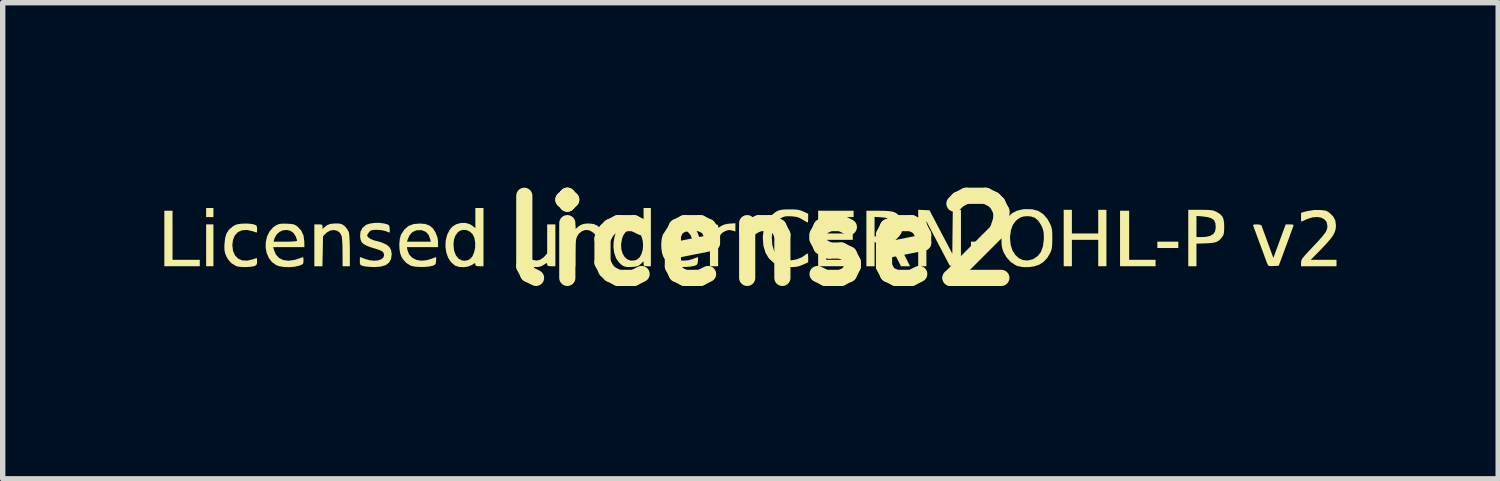
<source format=kicad_pcb>
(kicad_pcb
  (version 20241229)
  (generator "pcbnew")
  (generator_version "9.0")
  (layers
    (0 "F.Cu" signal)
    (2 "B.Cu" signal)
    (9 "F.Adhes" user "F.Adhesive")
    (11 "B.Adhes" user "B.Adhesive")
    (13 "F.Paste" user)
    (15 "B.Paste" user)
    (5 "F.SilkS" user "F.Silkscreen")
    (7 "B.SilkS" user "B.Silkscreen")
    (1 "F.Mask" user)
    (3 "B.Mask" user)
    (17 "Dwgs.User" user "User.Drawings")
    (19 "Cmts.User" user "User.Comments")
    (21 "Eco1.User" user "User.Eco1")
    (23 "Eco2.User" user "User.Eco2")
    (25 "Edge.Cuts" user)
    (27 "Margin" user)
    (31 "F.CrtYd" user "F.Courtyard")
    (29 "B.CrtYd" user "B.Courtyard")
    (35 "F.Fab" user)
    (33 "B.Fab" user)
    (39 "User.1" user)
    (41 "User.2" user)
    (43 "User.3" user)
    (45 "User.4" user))
  (footprint "license2"
    (layer "F.Cu")
    (at 11.071 1.418)
    (property "Reference" "license2" (at 0 0 0) (layer "F.SilkS") (effects (font (size 1.524 1.524) (thickness 0.3))))
    (attr board_only exclude_from_pos_files exclude_from_bom)
    (fp_poly (pts (xy -10.16 -0.439) (xy -10.295 -0.439) (xy -10.295 -0.608) (xy -10.16 -0.608)) (stroke (width 0) (type solid)) (fill yes) (layer "F.SilkS"))
    (fp_poly (pts (xy -10.16 0.473) (xy -10.295 0.473) (xy -10.295 -0.304) (xy -10.16 -0.304)) (stroke (width 0) (type solid)) (fill yes) (layer "F.SilkS"))
    (fp_poly (pts (xy 4.287 0.135) (xy 3.899 0.135) (xy 3.899 0.017) (xy 4.287 0.017)) (stroke (width 0) (type solid)) (fill yes) (layer "F.SilkS"))
    (fp_poly (pts (xy 7.747 0.135) (xy 7.358 0.135) (xy 7.358 0.017) (xy 7.747 0.017)) (stroke (width 0) (type solid)) (fill yes) (layer "F.SilkS"))
    (fp_poly (pts (xy -10.919 0.354) (xy -10.413 0.354) (xy -10.413 0.473) (xy -11.071 0.473) (xy -11.071 -0.557) (xy -10.919 -0.557)) (stroke (width 0) (type solid)) (fill yes) (layer "F.SilkS"))
    (fp_poly (pts (xy 6.835 0.354) (xy 7.325 0.354) (xy 7.325 0.473) (xy 6.666 0.473) (xy 6.666 -0.557) (xy 6.835 -0.557)) (stroke (width 0) (type solid)) (fill yes) (layer "F.SilkS"))
    (fp_poly (pts (xy 1.721 -0.439) (xy 1.215 -0.439) (xy 1.215 -0.135) (xy 1.705 -0.135) (xy 1.705 -0.017) (xy 1.215 -0.017) (xy 1.215 0.354) (xy 1.738 0.354) (xy 1.738 0.473) (xy 1.063 0.473) (xy 1.063 -0.557) (xy 1.721 -0.557)) (stroke (width 0) (type solid)) (fill yes) (layer "F.SilkS"))
    (fp_poly (pts (xy 5.772 -0.135) (xy 6.261 -0.135) (xy 6.261 -0.574) (xy 6.413 -0.574) (xy 6.413 0.473) (xy 6.261 0.473) (xy 6.261 -0.017) (xy 5.772 -0.017) (xy 5.772 0.473) (xy 5.62 0.473) (xy 5.62 -0.574) (xy 5.772 -0.574)) (stroke (width 0) (type solid)) (fill yes) (layer "F.SilkS"))
    (fp_poly (pts (xy 3.025 -0.57) (xy 3.13 -0.565) (xy 3.341 -0.162) (xy 3.553 0.241) (xy 3.557 -0.166) (xy 3.562 -0.574) (xy 3.713 -0.574) (xy 3.713 0.474) (xy 3.609 0.469) (xy 3.506 0.464) (xy 3.289 0.051) (xy 3.072 -0.363) (xy 3.072 0.473) (xy 2.92 0.473) (xy 2.92 -0.575)) (stroke (width 0) (type solid)) (fill yes) (layer "F.SilkS"))
    (fp_poly (pts (xy -0.473 -0.173) (xy -0.537 -0.191) (xy -0.588 -0.199) (xy -0.632 -0.191) (xy -0.668 -0.176) (xy -0.712 -0.15) (xy -0.744 -0.119) (xy -0.767 -0.078) (xy -0.781 -0.021) (xy -0.79 0.057) (xy -0.793 0.162) (xy -0.793 0.224) (xy -0.793 0.473) (xy -0.945 0.473) (xy -0.945 -0.304) (xy -0.869 -0.304) (xy -0.822 -0.302) (xy -0.799 -0.293) (xy -0.793 -0.273) (xy -0.793 -0.269) (xy -0.792 -0.247) (xy -0.782 -0.245) (xy -0.756 -0.261) (xy -0.739 -0.273) (xy -0.684 -0.3) (xy -0.61 -0.315) (xy -0.579 -0.318) (xy -0.473 -0.325)) (stroke (width 0) (type solid)) (fill yes) (layer "F.SilkS"))
    (fp_poly (pts (xy -3.101 -0.31) (xy -3.029 -0.277) (xy -2.976 -0.22) (xy -2.961 -0.192) (xy -2.948 -0.163) (xy -2.939 -0.128) (xy -2.933 -0.082) (xy -2.928 -0.019) (xy -2.925 0.066) (xy -2.923 0.173) (xy -2.917 0.473) (xy -3.069 0.473) (xy -3.075 0.176) (xy -3.08 -0.121) (xy -3.127 -0.162) (xy -3.189 -0.195) (xy -3.257 -0.2) (xy -3.322 -0.177) (xy -3.378 -0.131) (xy -3.409 -0.081) (xy -3.423 -0.046) (xy -3.432 -0.006) (xy -3.438 0.046) (xy -3.441 0.115) (xy -3.442 0.211) (xy -3.443 0.232) (xy -3.443 0.473) (xy -3.578 0.473) (xy -3.578 -0.304) (xy -3.51 -0.304) (xy -3.467 -0.302) (xy -3.448 -0.291) (xy -3.443 -0.265) (xy -3.443 -0.259) (xy -3.443 -0.214) (xy -3.405 -0.248) (xy -3.351 -0.289) (xy -3.294 -0.312) (xy -3.221 -0.32) (xy -3.195 -0.321)) (stroke (width 0) (type solid)) (fill yes) (layer "F.SilkS"))
    (fp_poly (pts (xy -7.82 -0.318) (xy -7.778 -0.308) (xy -7.742 -0.285) (xy -7.722 -0.269) (xy -7.68 -0.22) (xy -7.65 -0.167) (xy -7.646 -0.155) (xy -7.64 -0.117) (xy -7.635 -0.053) (xy -7.631 0.031) (xy -7.629 0.126) (xy -7.629 0.19) (xy -7.628 0.473) (xy -7.763 0.473) (xy -7.764 0.224) (xy -7.765 0.13) (xy -7.768 0.042) (xy -7.773 -0.03) (xy -7.779 -0.079) (xy -7.781 -0.089) (xy -7.813 -0.148) (xy -7.863 -0.185) (xy -7.926 -0.199) (xy -7.992 -0.189) (xy -8.056 -0.153) (xy -8.077 -0.134) (xy -8.126 -0.082) (xy -8.137 0.473) (xy -8.287 0.473) (xy -8.287 -0.304) (xy -8.211 -0.304) (xy -8.164 -0.302) (xy -8.142 -0.293) (xy -8.135 -0.273) (xy -8.135 -0.261) (xy -8.135 -0.218) (xy -8.097 -0.254) (xy -8.049 -0.29) (xy -7.994 -0.311) (xy -7.921 -0.32) (xy -7.881 -0.321)) (stroke (width 0) (type solid)) (fill yes) (layer "F.SilkS"))
    (fp_poly (pts (xy -4.335 -0.021) (xy -4.332 0.095) (xy -4.327 0.182) (xy -4.319 0.246) (xy -4.307 0.29) (xy -4.289 0.32) (xy -4.264 0.34) (xy -4.233 0.356) (xy -4.161 0.368) (xy -4.09 0.35) (xy -4.025 0.302) (xy -4.018 0.294) (xy -3.966 0.235) (xy -3.966 -0.304) (xy -3.814 -0.304) (xy -3.814 0.473) (xy -3.89 0.473) (xy -3.938 0.47) (xy -3.96 0.461) (xy -3.966 0.441) (xy -3.966 0.438) (xy -3.968 0.418) (xy -3.978 0.415) (xy -4.005 0.43) (xy -4.029 0.447) (xy -4.076 0.473) (xy -4.125 0.486) (xy -4.192 0.488) (xy -4.194 0.488) (xy -4.254 0.486) (xy -4.305 0.479) (xy -4.329 0.473) (xy -4.386 0.432) (xy -4.434 0.36) (xy -4.446 0.333) (xy -4.457 0.3) (xy -4.464 0.253) (xy -4.469 0.187) (xy -4.472 0.098) (xy -4.472 -0.016) (xy -4.472 -0.304) (xy -4.34 -0.304)) (stroke (width 0) (type solid)) (fill yes) (layer "F.SilkS"))
    (fp_poly (pts (xy 8.251 -0.573) (xy 8.319 -0.571) (xy 8.368 -0.566) (xy 8.406 -0.557) (xy 8.44 -0.543) (xy 8.455 -0.536) (xy 8.52 -0.497) (xy 8.562 -0.454) (xy 8.587 -0.398) (xy 8.597 -0.323) (xy 8.599 -0.262) (xy 8.597 -0.186) (xy 8.592 -0.135) (xy 8.58 -0.099) (xy 8.564 -0.074) (xy 8.523 -0.025) (xy 8.483 0.008) (xy 8.434 0.029) (xy 8.369 0.041) (xy 8.28 0.047) (xy 8.26 0.048) (xy 8.084 0.054) (xy 8.084 0.473) (xy 7.932 0.473) (xy 7.932 -0.461) (xy 8.084 -0.461) (xy 8.084 -0.068) (xy 8.187 -0.068) (xy 8.262 -0.073) (xy 8.327 -0.087) (xy 8.348 -0.095) (xy 8.401 -0.129) (xy 8.43 -0.175) (xy 8.441 -0.242) (xy 8.441 -0.261) (xy 8.434 -0.331) (xy 8.41 -0.381) (xy 8.364 -0.416) (xy 8.294 -0.438) (xy 8.199 -0.451) (xy 8.084 -0.461) (xy 7.932 -0.461) (xy 7.932 -0.574) (xy 8.156 -0.574)) (stroke (width 0) (type solid)) (fill yes) (layer "F.SilkS"))
    (fp_poly (pts (xy 9.863 -0.302) (xy 9.883 -0.294) (xy 9.884 -0.277) (xy 9.883 -0.274) (xy 9.874 -0.25) (xy 9.856 -0.2) (xy 9.829 -0.127) (xy 9.797 -0.038) (xy 9.76 0.062) (xy 9.742 0.11) (xy 9.611 0.464) (xy 9.514 0.469) (xy 9.459 0.471) (xy 9.428 0.467) (xy 9.411 0.452) (xy 9.399 0.427) (xy 9.387 0.397) (xy 9.366 0.341) (xy 9.338 0.264) (xy 9.305 0.174) (xy 9.268 0.075) (xy 9.265 0.068) (xy 9.229 -0.03) (xy 9.196 -0.119) (xy 9.169 -0.192) (xy 9.149 -0.246) (xy 9.139 -0.273) (xy 9.138 -0.274) (xy 9.136 -0.292) (xy 9.151 -0.301) (xy 9.191 -0.304) (xy 9.205 -0.304) (xy 9.258 -0.299) (xy 9.288 -0.287) (xy 9.291 -0.283) (xy 9.299 -0.261) (xy 9.317 -0.212) (xy 9.342 -0.143) (xy 9.373 -0.059) (xy 9.405 0.029) (xy 9.511 0.319) (xy 9.593 0.096) (xy 9.626 0.006) (xy 9.658 -0.08) (xy 9.685 -0.155) (xy 9.705 -0.209) (xy 9.708 -0.215) (xy 9.74 -0.304) (xy 9.816 -0.304)) (stroke (width 0) (type solid)) (fill yes) (layer "F.SilkS"))
    (fp_poly (pts (xy 10.437 -0.566) (xy 10.485 -0.557) (xy 10.522 -0.54) (xy 10.56 -0.513) (xy 10.625 -0.447) (xy 10.661 -0.375) (xy 10.673 -0.285) (xy 10.673 -0.278) (xy 10.668 -0.22) (xy 10.652 -0.164) (xy 10.623 -0.105) (xy 10.576 -0.039) (xy 10.51 0.038) (xy 10.422 0.132) (xy 10.4 0.156) (xy 10.205 0.354) (xy 10.683 0.354) (xy 10.683 0.473) (xy 10.025 0.473) (xy 10.025 0.408) (xy 10.027 0.383) (xy 10.033 0.359) (xy 10.048 0.332) (xy 10.075 0.297) (xy 10.116 0.25) (xy 10.175 0.186) (xy 10.243 0.114) (xy 10.332 0.02) (xy 10.399 -0.055) (xy 10.448 -0.114) (xy 10.482 -0.162) (xy 10.502 -0.202) (xy 10.512 -0.24) (xy 10.514 -0.277) (xy 10.5 -0.345) (xy 10.461 -0.396) (xy 10.401 -0.428) (xy 10.324 -0.441) (xy 10.234 -0.433) (xy 10.136 -0.402) (xy 10.107 -0.389) (xy 10.064 -0.368) (xy 10.035 -0.356) (xy 10.03 -0.354) (xy 10.027 -0.37) (xy 10.025 -0.408) (xy 10.025 -0.437) (xy 10.025 -0.519) (xy 10.133 -0.549) (xy 10.271 -0.571) (xy 10.368 -0.571)) (stroke (width 0) (type solid)) (fill yes) (layer "F.SilkS"))
    (fp_poly (pts (xy 2.301 -0.555) (xy 2.387 -0.549) (xy 2.452 -0.538) (xy 2.5 -0.519) (xy 2.537 -0.492) (xy 2.562 -0.464) (xy 2.605 -0.386) (xy 2.626 -0.292) (xy 2.624 -0.204) (xy 2.606 -0.14) (xy 2.568 -0.085) (xy 2.549 -0.065) (xy 2.486 -0.001) (xy 2.526 0.036) (xy 2.549 0.065) (xy 2.582 0.118) (xy 2.621 0.186) (xy 2.663 0.264) (xy 2.668 0.273) (xy 2.769 0.473) (xy 2.6 0.473) (xy 2.506 0.288) (xy 2.466 0.214) (xy 2.428 0.15) (xy 2.395 0.102) (xy 2.372 0.078) (xy 2.334 0.063) (xy 2.277 0.049) (xy 2.221 0.04) (xy 2.11 0.029) (xy 2.11 0.473) (xy 1.958 0.473) (xy 1.958 -0.443) (xy 2.11 -0.443) (xy 2.11 -0.08) (xy 2.232 -0.088) (xy 2.298 -0.095) (xy 2.355 -0.106) (xy 2.391 -0.118) (xy 2.391 -0.119) (xy 2.428 -0.153) (xy 2.446 -0.181) (xy 2.463 -0.252) (xy 2.454 -0.322) (xy 2.42 -0.38) (xy 2.391 -0.405) (xy 2.356 -0.417) (xy 2.3 -0.428) (xy 2.234 -0.435) (xy 2.232 -0.435) (xy 2.11 -0.443) (xy 1.958 -0.443) (xy 1.958 -0.557) (xy 2.186 -0.557)) (stroke (width 0) (type solid)) (fill yes) (layer "F.SilkS"))
    (fp_poly (pts (xy -9.466 -0.314) (xy -9.416 -0.305) (xy -9.415 -0.305) (xy -9.373 -0.29) (xy -9.355 -0.27) (xy -9.35 -0.232) (xy -9.35 -0.219) (xy -9.351 -0.177) (xy -9.355 -0.153) (xy -9.356 -0.152) (xy -9.374 -0.157) (xy -9.413 -0.17) (xy -9.434 -0.177) (xy -9.539 -0.201) (xy -9.631 -0.194) (xy -9.706 -0.16) (xy -9.763 -0.099) (xy -9.798 -0.014) (xy -9.809 0.084) (xy -9.796 0.19) (xy -9.759 0.273) (xy -9.701 0.332) (xy -9.624 0.365) (xy -9.532 0.369) (xy -9.434 0.346) (xy -9.39 0.331) (xy -9.361 0.322) (xy -9.356 0.321) (xy -9.352 0.336) (xy -9.35 0.373) (xy -9.35 0.387) (xy -9.353 0.431) (xy -9.369 0.455) (xy -9.403 0.471) (xy -9.453 0.481) (xy -9.522 0.487) (xy -9.599 0.488) (xy -9.67 0.484) (xy -9.724 0.475) (xy -9.736 0.471) (xy -9.825 0.419) (xy -9.893 0.341) (xy -9.919 0.292) (xy -9.941 0.239) (xy -9.953 0.191) (xy -9.957 0.135) (xy -9.955 0.062) (xy -9.943 -0.049) (xy -9.917 -0.136) (xy -9.872 -0.204) (xy -9.807 -0.261) (xy -9.763 -0.289) (xy -9.72 -0.305) (xy -9.665 -0.314) (xy -9.608 -0.318) (xy -9.535 -0.319)) (stroke (width 0) (type solid)) (fill yes) (layer "F.SilkS"))
    (fp_poly (pts (xy -5.148 0.473) (xy -5.223 0.473) (xy -5.271 0.47) (xy -5.293 0.461) (xy -5.299 0.441) (xy -5.299 0.439) (xy -5.301 0.42) (xy -5.313 0.418) (xy -5.34 0.434) (xy -5.361 0.448) (xy -5.43 0.478) (xy -5.514 0.491) (xy -5.599 0.486) (xy -5.672 0.463) (xy -5.681 0.458) (xy -5.753 0.395) (xy -5.806 0.311) (xy -5.84 0.211) (xy -5.854 0.104) (xy -5.853 0.081) (xy -5.704 0.081) (xy -5.693 0.185) (xy -5.662 0.268) (xy -5.614 0.33) (xy -5.551 0.364) (xy -5.502 0.371) (xy -5.449 0.363) (xy -5.404 0.344) (xy -5.403 0.344) (xy -5.355 0.292) (xy -5.322 0.217) (xy -5.303 0.127) (xy -5.302 0.031) (xy -5.317 -0.054) (xy -5.35 -0.121) (xy -5.401 -0.17) (xy -5.464 -0.198) (xy -5.53 -0.203) (xy -5.592 -0.182) (xy -5.624 -0.156) (xy -5.669 -0.096) (xy -5.695 -0.027) (xy -5.704 0.061) (xy -5.704 0.081) (xy -5.853 0.081) (xy -5.849 -0.006) (xy -5.823 -0.11) (xy -5.775 -0.203) (xy -5.726 -0.261) (xy -5.654 -0.307) (xy -5.569 -0.33) (xy -5.48 -0.33) (xy -5.398 -0.306) (xy -5.35 -0.276) (xy -5.299 -0.233) (xy -5.299 -0.608) (xy -5.148 -0.608)) (stroke (width 0) (type solid)) (fill yes) (layer "F.SilkS"))
    (fp_poly (pts (xy -6.334 -0.32) (xy -6.231 -0.312) (xy -6.151 -0.283) (xy -6.089 -0.232) (xy -6.039 -0.155) (xy -6.038 -0.153) (xy -6.003 -0.066) (xy -5.991 0.018) (xy -5.991 0.028) (xy -5.991 0.118) (xy -6.569 0.118) (xy -6.559 0.173) (xy -6.528 0.254) (xy -6.472 0.314) (xy -6.397 0.354) (xy -6.307 0.37) (xy -6.205 0.362) (xy -6.122 0.338) (xy -6.073 0.319) (xy -6.039 0.307) (xy -6.028 0.304) (xy -6.026 0.319) (xy -6.027 0.356) (xy -6.028 0.375) (xy -6.034 0.421) (xy -6.05 0.446) (xy -6.085 0.462) (xy -6.101 0.467) (xy -6.168 0.48) (xy -6.251 0.486) (xy -6.339 0.486) (xy -6.42 0.48) (xy -6.483 0.468) (xy -6.498 0.463) (xy -6.581 0.412) (xy -6.647 0.337) (xy -6.672 0.295) (xy -6.695 0.229) (xy -6.708 0.144) (xy -6.71 0.051) (xy -6.706 0.017) (xy -6.567 0.017) (xy -6.126 0.017) (xy -6.137 -0.03) (xy -6.168 -0.111) (xy -6.218 -0.165) (xy -6.288 -0.194) (xy -6.308 -0.197) (xy -6.394 -0.194) (xy -6.466 -0.161) (xy -6.521 -0.099) (xy -6.556 -0.021) (xy -6.567 0.017) (xy -6.706 0.017) (xy -6.701 -0.036) (xy -6.682 -0.107) (xy -6.676 -0.118) (xy -6.615 -0.21) (xy -6.541 -0.273) (xy -6.449 -0.309) (xy -6.335 -0.32)) (stroke (width 0) (type solid)) (fill yes) (layer "F.SilkS"))
    (fp_poly (pts (xy -1.473 -0.32) (xy -1.37 -0.312) (xy -1.291 -0.283) (xy -1.229 -0.232) (xy -1.178 -0.155) (xy -1.177 -0.153) (xy -1.143 -0.066) (xy -1.131 0.018) (xy -1.131 0.028) (xy -1.131 0.118) (xy -1.709 0.118) (xy -1.698 0.173) (xy -1.667 0.254) (xy -1.612 0.314) (xy -1.537 0.354) (xy -1.446 0.37) (xy -1.344 0.362) (xy -1.262 0.338) (xy -1.213 0.319) (xy -1.178 0.307) (xy -1.168 0.304) (xy -1.166 0.319) (xy -1.167 0.356) (xy -1.168 0.375) (xy -1.174 0.421) (xy -1.189 0.446) (xy -1.224 0.462) (xy -1.24 0.467) (xy -1.307 0.48) (xy -1.39 0.486) (xy -1.478 0.486) (xy -1.56 0.48) (xy -1.623 0.468) (xy -1.637 0.463) (xy -1.721 0.412) (xy -1.787 0.337) (xy -1.812 0.295) (xy -1.834 0.229) (xy -1.847 0.144) (xy -1.849 0.051) (xy -1.846 0.017) (xy -1.707 0.017) (xy -1.265 0.017) (xy -1.276 -0.03) (xy -1.308 -0.111) (xy -1.357 -0.165) (xy -1.427 -0.194) (xy -1.448 -0.197) (xy -1.533 -0.194) (xy -1.605 -0.161) (xy -1.661 -0.099) (xy -1.695 -0.021) (xy -1.707 0.017) (xy -1.846 0.017) (xy -1.84 -0.036) (xy -1.821 -0.107) (xy -1.816 -0.118) (xy -1.754 -0.21) (xy -1.68 -0.273) (xy -1.588 -0.309) (xy -1.475 -0.32)) (stroke (width 0) (type solid)) (fill yes) (layer "F.SilkS"))
    (fp_poly (pts (xy -2.042 0.473) (xy -2.11 0.473) (xy -2.153 0.47) (xy -2.172 0.46) (xy -2.177 0.434) (xy -2.177 0.427) (xy -2.177 0.382) (xy -2.229 0.431) (xy -2.26 0.458) (xy -2.293 0.473) (xy -2.338 0.482) (xy -2.402 0.486) (xy -2.469 0.488) (xy -2.514 0.483) (xy -2.55 0.47) (xy -2.585 0.449) (xy -2.633 0.403) (xy -2.678 0.34) (xy -2.69 0.318) (xy -2.722 0.227) (xy -2.736 0.123) (xy -2.734 0.063) (xy -2.594 0.063) (xy -2.59 0.156) (xy -2.567 0.237) (xy -2.527 0.303) (xy -2.474 0.348) (xy -2.409 0.37) (xy -2.336 0.363) (xy -2.303 0.351) (xy -2.252 0.311) (xy -2.216 0.247) (xy -2.193 0.168) (xy -2.186 0.08) (xy -2.194 -0.007) (xy -2.219 -0.087) (xy -2.261 -0.151) (xy -2.3 -0.186) (xy -2.342 -0.2) (xy -2.384 -0.203) (xy -2.458 -0.192) (xy -2.514 -0.158) (xy -2.555 -0.096) (xy -2.576 -0.039) (xy -2.594 0.063) (xy -2.734 0.063) (xy -2.732 0.015) (xy -2.713 -0.088) (xy -2.679 -0.179) (xy -2.631 -0.248) (xy -2.622 -0.257) (xy -2.574 -0.289) (xy -2.512 -0.317) (xy -2.452 -0.335) (xy -2.427 -0.337) (xy -2.355 -0.328) (xy -2.283 -0.303) (xy -2.226 -0.269) (xy -2.217 -0.261) (xy -2.177 -0.221) (xy -2.177 -0.608) (xy -2.042 -0.608)) (stroke (width 0) (type solid)) (fill yes) (layer "F.SilkS"))
    (fp_poly (pts (xy -8.8 -0.317) (xy -8.728 -0.313) (xy -8.679 -0.306) (xy -8.642 -0.292) (xy -8.606 -0.268) (xy -8.6 -0.264) (xy -8.531 -0.19) (xy -8.488 -0.097) (xy -8.473 0.015) (xy -8.473 0.021) (xy -8.472 0.118) (xy -9.05 0.118) (xy -9.038 0.165) (xy -9.002 0.254) (xy -8.943 0.319) (xy -8.865 0.358) (xy -8.77 0.371) (xy -8.66 0.357) (xy -8.595 0.338) (xy -8.543 0.32) (xy -8.507 0.307) (xy -8.494 0.304) (xy -8.491 0.319) (xy -8.489 0.356) (xy -8.489 0.37) (xy -8.491 0.41) (xy -8.503 0.433) (xy -8.533 0.45) (xy -8.568 0.463) (xy -8.654 0.482) (xy -8.752 0.49) (xy -8.852 0.487) (xy -8.94 0.472) (xy -8.993 0.453) (xy -9.074 0.396) (xy -9.133 0.318) (xy -9.173 0.225) (xy -9.191 0.124) (xy -9.188 0.02) (xy -9.187 0.017) (xy -9.044 0.017) (xy -8.826 0.017) (xy -8.735 0.016) (xy -8.665 0.012) (xy -8.621 0.007) (xy -8.607 0.000341) (xy -8.613 -0.025) (xy -8.628 -0.067) (xy -8.634 -0.082) (xy -8.674 -0.145) (xy -8.731 -0.184) (xy -8.797 -0.2) (xy -8.867 -0.194) (xy -8.932 -0.166) (xy -8.987 -0.117) (xy -9.025 -0.048) (xy -9.028 -0.038) (xy -9.044 0.017) (xy -9.187 0.017) (xy -9.164 -0.081) (xy -9.119 -0.172) (xy -9.053 -0.248) (xy -9.003 -0.283) (xy -8.963 -0.303) (xy -8.923 -0.314) (xy -8.871 -0.318)) (stroke (width 0) (type solid)) (fill yes) (layer "F.SilkS"))
    (fp_poly (pts (xy 0.617 -0.581) (xy 0.679 -0.576) (xy 0.727 -0.566) (xy 0.773 -0.549) (xy 0.79 -0.541) (xy 0.878 -0.501) (xy 0.878 -0.419) (xy 0.876 -0.372) (xy 0.873 -0.342) (xy 0.87 -0.338) (xy 0.853 -0.346) (xy 0.816 -0.367) (xy 0.775 -0.392) (xy 0.719 -0.423) (xy 0.668 -0.441) (xy 0.606 -0.45) (xy 0.563 -0.453) (xy 0.494 -0.455) (xy 0.446 -0.451) (xy 0.406 -0.437) (xy 0.365 -0.416) (xy 0.292 -0.358) (xy 0.242 -0.28) (xy 0.212 -0.18) (xy 0.203 -0.056) (xy 0.203 -0.052) (xy 0.213 0.079) (xy 0.243 0.183) (xy 0.294 0.263) (xy 0.368 0.32) (xy 0.459 0.355) (xy 0.557 0.364) (xy 0.661 0.347) (xy 0.758 0.308) (xy 0.792 0.286) (xy 0.833 0.257) (xy 0.862 0.239) (xy 0.869 0.236) (xy 0.874 0.251) (xy 0.877 0.29) (xy 0.878 0.318) (xy 0.878 0.4) (xy 0.778 0.445) (xy 0.719 0.469) (xy 0.664 0.482) (xy 0.6 0.488) (xy 0.538 0.488) (xy 0.465 0.485) (xy 0.399 0.478) (xy 0.353 0.469) (xy 0.346 0.467) (xy 0.234 0.407) (xy 0.146 0.324) (xy 0.084 0.219) (xy 0.047 0.093) (xy 0.036 -0.053) (xy 0.037 -0.091) (xy 0.058 -0.235) (xy 0.105 -0.357) (xy 0.176 -0.456) (xy 0.273 -0.533) (xy 0.295 -0.546) (xy 0.334 -0.563) (xy 0.376 -0.574) (xy 0.431 -0.58) (xy 0.507 -0.582) (xy 0.533 -0.582)) (stroke (width 0) (type solid)) (fill yes) (layer "F.SilkS"))
    (fp_poly (pts (xy 5.036 -0.584) (xy 5.146 -0.554) (xy 5.238 -0.496) (xy 5.314 -0.411) (xy 5.354 -0.34) (xy 5.379 -0.289) (xy 5.394 -0.246) (xy 5.403 -0.203) (xy 5.408 -0.149) (xy 5.409 -0.074) (xy 5.409 -0.042) (xy 5.407 0.048) (xy 5.403 0.114) (xy 5.394 0.164) (xy 5.379 0.206) (xy 5.373 0.219) (xy 5.314 0.321) (xy 5.239 0.398) (xy 5.161 0.446) (xy 5.074 0.475) (xy 4.972 0.49) (xy 4.867 0.489) (xy 4.773 0.472) (xy 4.734 0.458) (xy 4.64 0.397) (xy 4.56 0.309) (xy 4.508 0.22) (xy 4.487 0.167) (xy 4.474 0.117) (xy 4.467 0.057) (xy 4.465 -0.023) (xy 4.465 -0.034) (xy 4.465 -0.042) (xy 4.624 -0.042) (xy 4.636 0.077) (xy 4.669 0.179) (xy 4.721 0.262) (xy 4.787 0.323) (xy 4.865 0.359) (xy 4.952 0.367) (xy 5.045 0.344) (xy 5.057 0.339) (xy 5.138 0.285) (xy 5.198 0.207) (xy 5.235 0.103) (xy 5.251 -0.025) (xy 5.252 -0.062) (xy 5.249 -0.139) (xy 5.239 -0.198) (xy 5.218 -0.255) (xy 5.204 -0.285) (xy 5.151 -0.369) (xy 5.09 -0.423) (xy 5.015 -0.45) (xy 4.95 -0.456) (xy 4.876 -0.451) (xy 4.819 -0.433) (xy 4.764 -0.397) (xy 4.729 -0.366) (xy 4.676 -0.294) (xy 4.641 -0.197) (xy 4.625 -0.079) (xy 4.624 -0.042) (xy 4.465 -0.042) (xy 4.471 -0.164) (xy 4.491 -0.269) (xy 4.529 -0.359) (xy 4.585 -0.437) (xy 4.662 -0.51) (xy 4.751 -0.557) (xy 4.858 -0.583) (xy 4.905 -0.587)) (stroke (width 0) (type solid)) (fill yes) (layer "F.SilkS"))
    (fp_poly (pts (xy -6.99 -0.32) (xy -6.979 -0.317) (xy -6.929 -0.303) (xy -6.904 -0.288) (xy -6.893 -0.262) (xy -6.889 -0.224) (xy -6.887 -0.18) (xy -6.889 -0.154) (xy -6.891 -0.152) (xy -6.91 -0.158) (xy -6.948 -0.172) (xy -6.959 -0.177) (xy -7.009 -0.191) (xy -7.076 -0.2) (xy -7.129 -0.203) (xy -7.19 -0.201) (xy -7.228 -0.194) (xy -7.254 -0.179) (xy -7.273 -0.158) (xy -7.297 -0.124) (xy -7.308 -0.1) (xy -7.308 -0.099) (xy -7.292 -0.068) (xy -7.251 -0.037) (xy -7.191 -0.011) (xy -7.154 -0.000156) (xy -7.04 0.031) (xy -6.956 0.067) (xy -6.9 0.111) (xy -6.866 0.165) (xy -6.853 0.231) (xy -6.852 0.253) (xy -6.864 0.34) (xy -6.901 0.406) (xy -6.964 0.453) (xy -7.053 0.479) (xy -7.17 0.488) (xy -7.176 0.488) (xy -7.251 0.485) (xy -7.321 0.479) (xy -7.373 0.471) (xy -7.38 0.469) (xy -7.419 0.456) (xy -7.437 0.439) (xy -7.443 0.404) (xy -7.443 0.378) (xy -7.442 0.333) (xy -7.44 0.307) (xy -7.439 0.304) (xy -7.422 0.309) (xy -7.383 0.323) (xy -7.346 0.338) (xy -7.258 0.362) (xy -7.176 0.371) (xy -7.103 0.364) (xy -7.045 0.343) (xy -7.006 0.311) (xy -6.992 0.268) (xy -7.002 0.226) (xy -7.021 0.201) (xy -7.06 0.18) (xy -7.123 0.157) (xy -7.143 0.151) (xy -7.247 0.119) (xy -7.323 0.089) (xy -7.376 0.059) (xy -7.409 0.025) (xy -7.428 -0.018) (xy -7.437 -0.072) (xy -7.438 -0.08) (xy -7.431 -0.167) (xy -7.394 -0.239) (xy -7.33 -0.292) (xy -7.322 -0.297) (xy -7.255 -0.319) (xy -7.169 -0.331) (xy -7.076 -0.332)) (stroke (width 0) (type solid)) (fill yes) (layer "F.SilkS")))
  (gr_rect
    (start -3 -3)
    (end 24.755 5.836)
    (stroke (width 0.1) (type default))
    (fill no)
    (layer "Edge.Cuts")))
</source>
